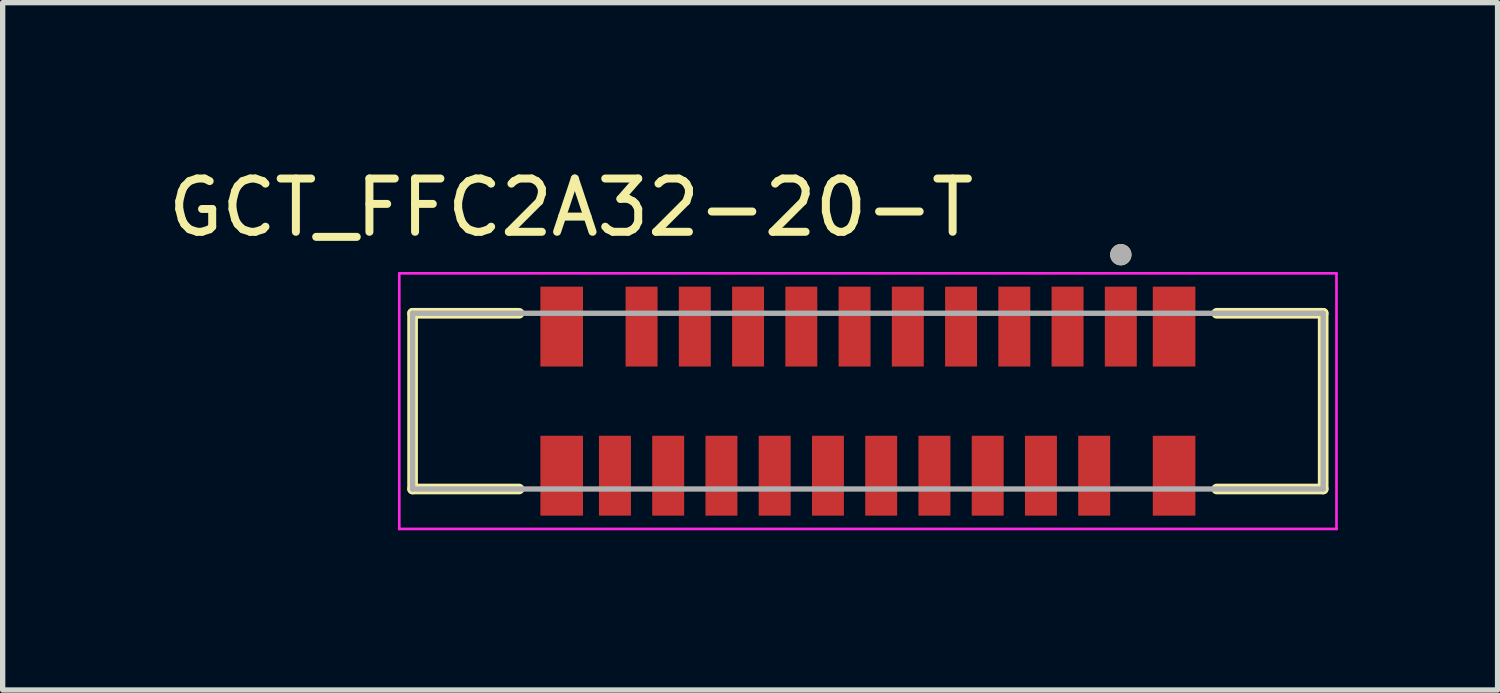
<source format=kicad_pcb>
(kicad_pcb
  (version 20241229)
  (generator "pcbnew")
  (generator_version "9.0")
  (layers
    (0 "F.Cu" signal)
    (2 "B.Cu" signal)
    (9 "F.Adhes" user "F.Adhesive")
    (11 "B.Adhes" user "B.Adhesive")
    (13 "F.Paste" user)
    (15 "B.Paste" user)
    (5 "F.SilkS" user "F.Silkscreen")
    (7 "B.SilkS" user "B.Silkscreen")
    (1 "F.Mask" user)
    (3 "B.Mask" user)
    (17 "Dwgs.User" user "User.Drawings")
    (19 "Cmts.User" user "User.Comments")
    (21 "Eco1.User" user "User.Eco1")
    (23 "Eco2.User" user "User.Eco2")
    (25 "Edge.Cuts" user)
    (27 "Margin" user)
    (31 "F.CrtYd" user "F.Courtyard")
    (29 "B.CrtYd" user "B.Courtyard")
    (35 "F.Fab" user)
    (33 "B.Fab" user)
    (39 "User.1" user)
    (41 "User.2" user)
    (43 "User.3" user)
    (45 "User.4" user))
  (footprint "GCT_FFC2A32-20-T"
    (layer "F.Cu")
    (at 13.248 4.483)
    (property "Reference" "GCT_FFC2A32-20-T" (at -5.575 -3.635 0) (layer "F.SilkS") (effects (font (size 1 1) (thickness 0.15))))
    (attr smd)
    (fp_line (start -8.55 -1.65) (end -6.55 -1.65) (stroke (width 0.2) (type solid)) (layer "F.SilkS"))
    (fp_line (start -8.55 1.65) (end -8.55 -1.65) (stroke (width 0.2) (type solid)) (layer "F.SilkS"))
    (fp_line (start -6.55 1.65) (end -8.55 1.65) (stroke (width 0.2) (type solid)) (layer "F.SilkS"))
    (fp_line (start 6.55 1.65) (end 8.55 1.65) (stroke (width 0.2) (type solid)) (layer "F.SilkS"))
    (fp_line (start 8.55 -1.65) (end 6.55 -1.65) (stroke (width 0.2) (type solid)) (layer "F.SilkS"))
    (fp_line (start 8.55 1.65) (end 8.55 -1.65) (stroke (width 0.2) (type solid)) (layer "F.SilkS"))
    (fp_circle (center 4.75 -2.75) (end 4.85 -2.75) (stroke (width 0.2) (type solid)) (fill no) (layer "F.SilkS"))
    (fp_line (start -8.8 -2.4) (end 8.8 -2.4) (stroke (width 0.05) (type solid)) (layer "F.CrtYd"))
    (fp_line (start -8.8 2.4) (end -8.8 -2.4) (stroke (width 0.05) (type solid)) (layer "F.CrtYd"))
    (fp_line (start 8.8 -2.4) (end 8.8 2.4) (stroke (width 0.05) (type solid)) (layer "F.CrtYd"))
    (fp_line (start 8.8 2.4) (end -8.8 2.4) (stroke (width 0.05) (type solid)) (layer "F.CrtYd"))
    (fp_line (start -8.55 -1.65) (end 8.55 -1.65) (stroke (width 0.1) (type solid)) (layer "F.Fab"))
    (fp_line (start -8.55 1.65) (end -8.55 -1.65) (stroke (width 0.1) (type solid)) (layer "F.Fab"))
    (fp_line (start 8.55 -1.65) (end 8.55 1.65) (stroke (width 0.1) (type solid)) (layer "F.Fab"))
    (fp_line (start 8.55 1.65) (end -8.55 1.65) (stroke (width 0.1) (type solid)) (layer "F.Fab"))
    (fp_circle (center 4.75 -2.75) (end 4.85 -2.75) (stroke (width 0.2) (type solid)) (fill no) (layer "F.Fab"))
    (pad "1" smd rect (at 4.75 -1.4) (size 0.6 1.5) (layers "F.Cu" "F.Mask" "F.Paste"))
    (pad "2" smd rect (at 4.25 1.4) (size 0.6 1.5) (layers "F.Cu" "F.Mask" "F.Paste"))
    (pad "3" smd rect (at 3.75 -1.4) (size 0.6 1.5) (layers "F.Cu" "F.Mask" "F.Paste"))
    (pad "4" smd rect (at 3.25 1.4) (size 0.6 1.5) (layers "F.Cu" "F.Mask" "F.Paste"))
    (pad "5" smd rect (at 2.75 -1.4) (size 0.6 1.5) (layers "F.Cu" "F.Mask" "F.Paste"))
    (pad "6" smd rect (at 2.25 1.4) (size 0.6 1.5) (layers "F.Cu" "F.Mask" "F.Paste"))
    (pad "7" smd rect (at 1.75 -1.4) (size 0.6 1.5) (layers "F.Cu" "F.Mask" "F.Paste"))
    (pad "8" smd rect (at 1.25 1.4) (size 0.6 1.5) (layers "F.Cu" "F.Mask" "F.Paste"))
    (pad "9" smd rect (at 0.75 -1.4) (size 0.6 1.5) (layers "F.Cu" "F.Mask" "F.Paste"))
    (pad "10" smd rect (at 0.25 1.4) (size 0.6 1.5) (layers "F.Cu" "F.Mask" "F.Paste"))
    (pad "11" smd rect (at -0.25 -1.4) (size 0.6 1.5) (layers "F.Cu" "F.Mask" "F.Paste"))
    (pad "12" smd rect (at -0.75 1.4) (size 0.6 1.5) (layers "F.Cu" "F.Mask" "F.Paste"))
    (pad "13" smd rect (at -1.25 -1.4) (size 0.6 1.5) (layers "F.Cu" "F.Mask" "F.Paste"))
    (pad "14" smd rect (at -1.75 1.4) (size 0.6 1.5) (layers "F.Cu" "F.Mask" "F.Paste"))
    (pad "15" smd rect (at -2.25 -1.4) (size 0.6 1.5) (layers "F.Cu" "F.Mask" "F.Paste"))
    (pad "16" smd rect (at -2.75 1.4) (size 0.6 1.5) (layers "F.Cu" "F.Mask" "F.Paste"))
    (pad "17" smd rect (at -3.25 -1.4) (size 0.6 1.5) (layers "F.Cu" "F.Mask" "F.Paste"))
    (pad "18" smd rect (at -3.75 1.4) (size 0.6 1.5) (layers "F.Cu" "F.Mask" "F.Paste"))
    (pad "19" smd rect (at -4.25 -1.4) (size 0.6 1.5) (layers "F.Cu" "F.Mask" "F.Paste"))
    (pad "20" smd rect (at -4.75 1.4) (size 0.6 1.5) (layers "F.Cu" "F.Mask" "F.Paste"))
    (pad "S1" smd rect (at 5.75 1.4) (size 0.8 1.5) (layers "F.Cu" "F.Mask" "F.Paste"))
    (pad "S2" smd rect (at 5.75 -1.4) (size 0.8 1.5) (layers "F.Cu" "F.Mask" "F.Paste"))
    (pad "S3" smd rect (at -5.75 1.4) (size 0.8 1.5) (layers "F.Cu" "F.Mask" "F.Paste"))
    (pad "S4" smd rect (at -5.75 -1.4) (size 0.8 1.5) (layers "F.Cu" "F.Mask" "F.Paste")))
  (gr_rect
    (start -3 -3)
    (end 25.073 9.908)
    (stroke (width 0.1) (type default))
    (fill no)
    (layer "Edge.Cuts")))
</source>
